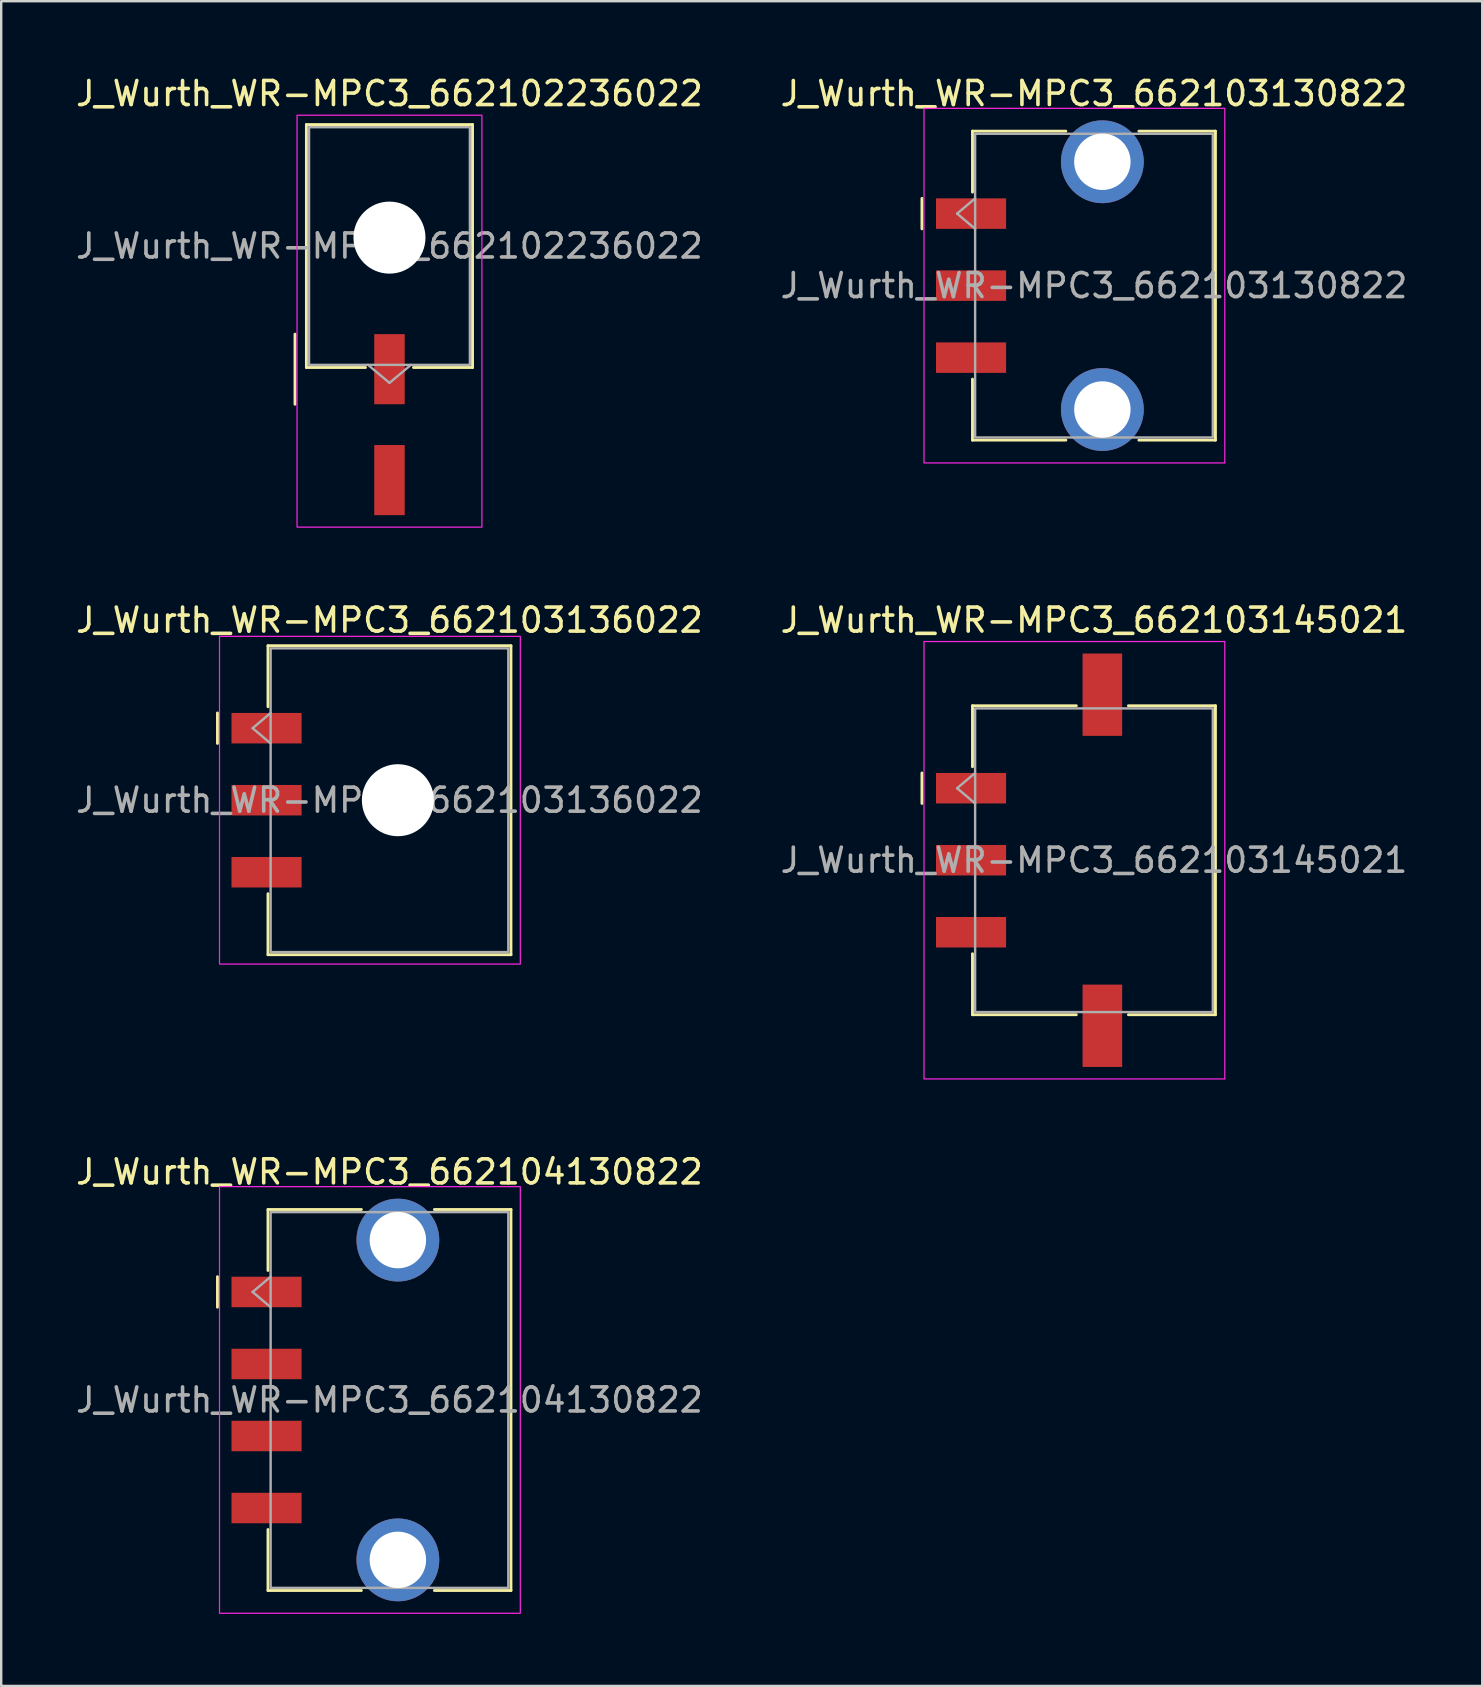
<source format=kicad_pcb>
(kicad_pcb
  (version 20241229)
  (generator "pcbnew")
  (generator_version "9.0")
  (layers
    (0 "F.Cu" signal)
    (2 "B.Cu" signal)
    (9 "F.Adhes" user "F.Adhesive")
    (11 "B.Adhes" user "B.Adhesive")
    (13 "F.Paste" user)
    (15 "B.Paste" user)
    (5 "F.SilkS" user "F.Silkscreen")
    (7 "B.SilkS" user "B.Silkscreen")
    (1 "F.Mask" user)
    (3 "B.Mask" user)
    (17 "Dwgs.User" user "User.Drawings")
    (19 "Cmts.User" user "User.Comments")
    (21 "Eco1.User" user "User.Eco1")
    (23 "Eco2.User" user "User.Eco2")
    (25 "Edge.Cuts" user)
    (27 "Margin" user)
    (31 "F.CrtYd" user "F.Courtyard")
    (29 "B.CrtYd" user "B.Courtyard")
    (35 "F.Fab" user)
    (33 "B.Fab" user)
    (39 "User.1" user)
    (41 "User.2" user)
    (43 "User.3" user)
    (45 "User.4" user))
  (footprint "J_Wurth_WR-MPC3_662103145021"
    (layer "F.Cu")
    (at 42.518 32.782)
    (property "Reference" "J_Wurth_WR-MPC3_662103145021" (at 0 -10 0) (unlocked yes) (layer "F.SilkS") (effects (font (size 1 1) (thickness 0.15))))
    (attr smd)
    (fp_line (start -7.165 -3.635) (end -7.165 -2.365) (stroke (width 0.12) (type solid)) (layer "F.SilkS"))
    (fp_line (start -5.06 -3.895) (end -5.06 -6.435) (stroke (width 0.12) (type default)) (layer "F.SilkS"))
    (fp_line (start -5.06 6.435) (end -5.06 3.895) (stroke (width 0.12) (type default)) (layer "F.SilkS"))
    (fp_line (start -0.735 -6.435) (end -5.06 -6.435) (stroke (width 0.12) (type default)) (layer "F.SilkS"))
    (fp_line (start -0.735 6.435) (end -5.06 6.435) (stroke (width 0.12) (type default)) (layer "F.SilkS"))
    (fp_line (start 5.06 -6.435) (end 1.435 -6.435) (stroke (width 0.12) (type solid)) (layer "F.SilkS"))
    (fp_line (start 5.06 -6.435) (end 5.06 6.435) (stroke (width 0.12) (type default)) (layer "F.SilkS"))
    (fp_line (start 5.06 6.435) (end 1.435 6.435) (stroke (width 0.12) (type solid)) (layer "F.SilkS"))
    (fp_rect (start -7.08 -9.11) (end 5.45 9.11) (stroke (width 0.05) (type solid)) (fill no) (layer "F.CrtYd"))
    (fp_line (start -5.7 -3) (end -4.95 -3.635) (stroke (width 0.1) (type solid)) (layer "F.Fab"))
    (fp_line (start -5.7 -3) (end -4.95 -2.365) (stroke (width 0.1) (type solid)) (layer "F.Fab"))
    (fp_rect (start -4.95 -6.325) (end 4.95 6.325) (stroke (width 0.1) (type solid)) (fill no) (layer "F.Fab"))
    (fp_text user "${REFERENCE}" (at 0 0 0) (unlocked yes) (layer "F.Fab") (effects (font (size 1 1) (thickness 0.15))))
    (pad "1" smd rect (at -5.12 -3 270) (size 1.27 2.92) (layers "F.Cu" "F.Mask" "F.Paste"))
    (pad "2" smd rect (at -5.12 0 270) (size 1.27 2.92) (layers "F.Cu" "F.Mask" "F.Paste"))
    (pad "3" smd rect (at -5.12 3 270) (size 1.27 2.92) (layers "F.Cu" "F.Mask" "F.Paste"))
    (pad "MP1" smd rect (at 0.35 6.895 90) (size 3.43 1.65) (layers "F.Cu" "F.Mask" "F.Paste"))
    (pad "MP2" smd rect (at 0.35 -6.895 90) (size 3.43 1.65) (layers "F.Cu" "F.Mask" "F.Paste")))
  (footprint "J_Wurth_WR-MPC3_662103136022"
    (layer "F.Cu")
    (at 13.173 30.282)
    (property "Reference" "J_Wurth_WR-MPC3_662103136022" (at 0 -7.5 0) (unlocked yes) (layer "F.SilkS") (effects (font (size 1 1) (thickness 0.15))))
    (attr smd)
    (fp_line (start -7.165 -3.635) (end -7.165 -2.365) (stroke (width 0.12) (type solid)) (layer "F.SilkS"))
    (fp_line (start -5.06 -6.435) (end 5.06 -6.435) (stroke (width 0.12) (type default)) (layer "F.SilkS"))
    (fp_line (start -5.06 -3.895) (end -5.06 -6.435) (stroke (width 0.12) (type default)) (layer "F.SilkS"))
    (fp_line (start -5.06 6.435) (end -5.06 3.895) (stroke (width 0.12) (type default)) (layer "F.SilkS"))
    (fp_line (start 5.06 -6.435) (end 5.06 6.435) (stroke (width 0.12) (type default)) (layer "F.SilkS"))
    (fp_line (start 5.06 6.435) (end -5.06 6.435) (stroke (width 0.12) (type default)) (layer "F.SilkS"))
    (fp_rect (start -7.08 -6.825) (end 5.45 6.825) (stroke (width 0.05) (type solid)) (fill no) (layer "F.CrtYd"))
    (fp_line (start -5.7 -3) (end -4.95 -3.635) (stroke (width 0.1) (type solid)) (layer "F.Fab"))
    (fp_line (start -5.7 -3) (end -4.95 -2.365) (stroke (width 0.1) (type solid)) (layer "F.Fab"))
    (fp_rect (start -4.95 -6.325) (end 4.95 6.325) (stroke (width 0.1) (type solid)) (fill no) (layer "F.Fab"))
    (fp_text user "${REFERENCE}" (at 0 0 0) (unlocked yes) (layer "F.Fab") (effects (font (size 1 1) (thickness 0.15))))
    (pad "" np_thru_hole circle (at 0.35 0 90) (size 3 3) (drill 3) (layers "*.Cu" "*.Mask"))
    (pad "1" smd rect (at -5.12 -3 90) (size 1.27 2.92) (layers "F.Cu" "F.Mask" "F.Paste"))
    (pad "2" smd rect (at -5.12 0 90) (size 1.27 2.92) (layers "F.Cu" "F.Mask" "F.Paste"))
    (pad "3" smd rect (at -5.12 3 90) (size 1.27 2.92) (layers "F.Cu" "F.Mask" "F.Paste")))
  (footprint "J_Wurth_WR-MPC3_662104130822"
    (layer "F.Cu")
    (at 13.173 55.265)
    (property "Reference" "J_Wurth_WR-MPC3_662104130822" (at 0 -9.5 0) (unlocked yes) (layer "F.SilkS") (effects (font (size 1 1) (thickness 0.15))))
    (attr smd)
    (fp_line (start -7.165 -5.135) (end -7.165 -3.865) (stroke (width 0.12) (type solid)) (layer "F.SilkS"))
    (fp_line (start -5.06 -5.395) (end -5.06 -7.935) (stroke (width 0.12) (type default)) (layer "F.SilkS"))
    (fp_line (start -5.06 7.935) (end -5.06 5.395) (stroke (width 0.12) (type default)) (layer "F.SilkS"))
    (fp_line (start -1.171 -7.935) (end -5.06 -7.935) (stroke (width 0.12) (type default)) (layer "F.SilkS"))
    (fp_line (start -1.171 7.935) (end -5.06 7.935) (stroke (width 0.12) (type default)) (layer "F.SilkS"))
    (fp_line (start 5.06 -7.935) (end 1.871 -7.935) (stroke (width 0.12) (type solid)) (layer "F.SilkS"))
    (fp_line (start 5.06 -7.935) (end 5.06 7.935) (stroke (width 0.12) (type default)) (layer "F.SilkS"))
    (fp_line (start 5.06 7.935) (end 1.871 7.935) (stroke (width 0.12) (type solid)) (layer "F.SilkS"))
    (fp_rect (start -7.08 -8.885) (end 5.45 8.885) (stroke (width 0.05) (type solid)) (fill no) (layer "F.CrtYd"))
    (fp_line (start -5.7 -4.5) (end -4.95 -5.135) (stroke (width 0.1) (type solid)) (layer "F.Fab"))
    (fp_line (start -5.7 -4.5) (end -4.95 -3.865) (stroke (width 0.1) (type solid)) (layer "F.Fab"))
    (fp_rect (start -4.95 -7.825) (end 4.95 7.825) (stroke (width 0.1) (type solid)) (fill no) (layer "F.Fab"))
    (fp_text user "${REFERENCE}" (at 0 0 0) (unlocked yes) (layer "F.Fab") (effects (font (size 1 1) (thickness 0.15))))
    (pad "1" smd rect (at -5.12 -4.5 90) (size 1.27 2.92) (layers "F.Cu" "F.Mask" "F.Paste"))
    (pad "2" smd rect (at -5.12 -1.5 90) (size 1.27 2.92) (layers "F.Cu" "F.Mask" "F.Paste"))
    (pad "3" smd rect (at -5.12 1.5 90) (size 1.27 2.92) (layers "F.Cu" "F.Mask" "F.Paste"))
    (pad "4" smd rect (at -5.12 4.5 90) (size 1.27 2.92) (layers "F.Cu" "F.Mask" "F.Paste"))
    (pad "MP1" thru_hole circle (at 0.35 6.66 90) (size 3.45 3.45) (drill 2.35) (layers "*.Cu" "*.Mask"))
    (pad "MP2" thru_hole circle (at 0.35 -6.66 90) (size 3.45 3.45) (drill 2.35) (layers "*.Cu" "*.Mask")))
  (footprint "J_Wurth_WR-MPC3_662102236022"
    (layer "F.Cu")
    (at 13.173 7.198)
    (property "Reference" "J_Wurth_WR-MPC3_662102236022" (at 0 -6.35 0) (unlocked yes) (layer "F.SilkS") (effects (font (size 1 1) (thickness 0.15))))
    (attr smd)
    (fp_line (start -3.935 6.59) (end -3.935 3.67) (stroke (width 0.12) (type solid)) (layer "F.SilkS"))
    (fp_line (start -3.46 -5.06) (end -3.46 5.06) (stroke (width 0.12) (type solid)) (layer "F.SilkS"))
    (fp_line (start -3.46 -5.06) (end 3.46 -5.06) (stroke (width 0.12) (type solid)) (layer "F.SilkS"))
    (fp_line (start -1 5.06) (end -3.46 5.06) (stroke (width 0.12) (type solid)) (layer "F.SilkS"))
    (fp_line (start 1 5.06) (end 3.46 5.06) (stroke (width 0.12) (type solid)) (layer "F.SilkS"))
    (fp_line (start 3.46 -5.06) (end 3.46 5.06) (stroke (width 0.12) (type solid)) (layer "F.SilkS"))
    (fp_rect (start -3.85 -5.45) (end 3.85 11.71) (stroke (width 0.05) (type solid)) (fill no) (layer "F.CrtYd"))
    (fp_line (start 0 5.7) (end -0.895 4.95) (stroke (width 0.1) (type solid)) (layer "F.Fab"))
    (fp_line (start 0 5.7) (end 0.895 4.95) (stroke (width 0.1) (type solid)) (layer "F.Fab"))
    (fp_rect (start -3.35 -4.95) (end 3.35 4.95) (stroke (width 0.1) (type solid)) (fill no) (layer "F.Fab"))
    (fp_text user "${REFERENCE}" (at 0 0 0) (unlocked yes) (layer "F.Fab") (effects (font (size 1 1) (thickness 0.15))))
    (pad "" np_thru_hole circle (at 0 -0.35 180) (size 3 3) (drill 3) (layers "*.Cu" "*.Mask"))
    (pad "1" smd rect (at 0 5.13 180) (size 1.27 2.92) (layers "F.Cu" "F.Mask" "F.Paste"))
    (pad "2" smd rect (at 0 9.75 180) (size 1.27 2.92) (layers "F.Cu" "F.Mask" "F.Paste")))
  (footprint "J_Wurth_WR-MPC3_662103130822"
    (layer "F.Cu")
    (at 42.518 8.848)
    (property "Reference" "J_Wurth_WR-MPC3_662103130822" (at 0 -8 0) (unlocked yes) (layer "F.SilkS") (effects (font (size 1 1) (thickness 0.15))))
    (attr smd)
    (fp_line (start -7.165 -3.635) (end -7.165 -2.365) (stroke (width 0.12) (type solid)) (layer "F.SilkS"))
    (fp_line (start -5.06 -3.895) (end -5.06 -6.435) (stroke (width 0.12) (type default)) (layer "F.SilkS"))
    (fp_line (start -5.06 6.435) (end -5.06 3.895) (stroke (width 0.12) (type default)) (layer "F.SilkS"))
    (fp_line (start -1.171 -6.435) (end -5.06 -6.435) (stroke (width 0.12) (type default)) (layer "F.SilkS"))
    (fp_line (start -1.171 6.435) (end -5.06 6.435) (stroke (width 0.12) (type default)) (layer "F.SilkS"))
    (fp_line (start 5.06 -6.435) (end 1.871 -6.435) (stroke (width 0.12) (type solid)) (layer "F.SilkS"))
    (fp_line (start 5.06 -6.435) (end 5.06 6.435) (stroke (width 0.12) (type default)) (layer "F.SilkS"))
    (fp_line (start 5.06 6.435) (end 1.871 6.435) (stroke (width 0.12) (type solid)) (layer "F.SilkS"))
    (fp_rect (start -7.08 -7.385) (end 5.45 7.385) (stroke (width 0.05) (type solid)) (fill no) (layer "F.CrtYd"))
    (fp_line (start -5.7 -3) (end -4.95 -3.635) (stroke (width 0.1) (type solid)) (layer "F.Fab"))
    (fp_line (start -5.7 -3) (end -4.95 -2.365) (stroke (width 0.1) (type solid)) (layer "F.Fab"))
    (fp_rect (start -4.95 -6.325) (end 4.95 6.325) (stroke (width 0.1) (type solid)) (fill no) (layer "F.Fab"))
    (fp_text user "${REFERENCE}" (at 0 0 0) (unlocked yes) (layer "F.Fab") (effects (font (size 1 1) (thickness 0.15))))
    (pad "1" smd rect (at -5.12 -3 90) (size 1.27 2.92) (layers "F.Cu" "F.Mask" "F.Paste"))
    (pad "2" smd rect (at -5.12 0 90) (size 1.27 2.92) (layers "F.Cu" "F.Mask" "F.Paste"))
    (pad "3" smd rect (at -5.12 3 90) (size 1.27 2.92) (layers "F.Cu" "F.Mask" "F.Paste"))
    (pad "MP1" thru_hole circle (at 0.35 5.16 90) (size 3.45 3.45) (drill 2.35) (layers "*.Cu" "*.Mask"))
    (pad "MP2" thru_hole circle (at 0.35 -5.16 90) (size 3.45 3.45) (drill 2.35) (layers "*.Cu" "*.Mask")))
  (gr_rect
    (start -3 -3)
    (end 58.69 67.175)
    (stroke (width 0.1) (type default))
    (fill no)
    (layer "Edge.Cuts")))
</source>
